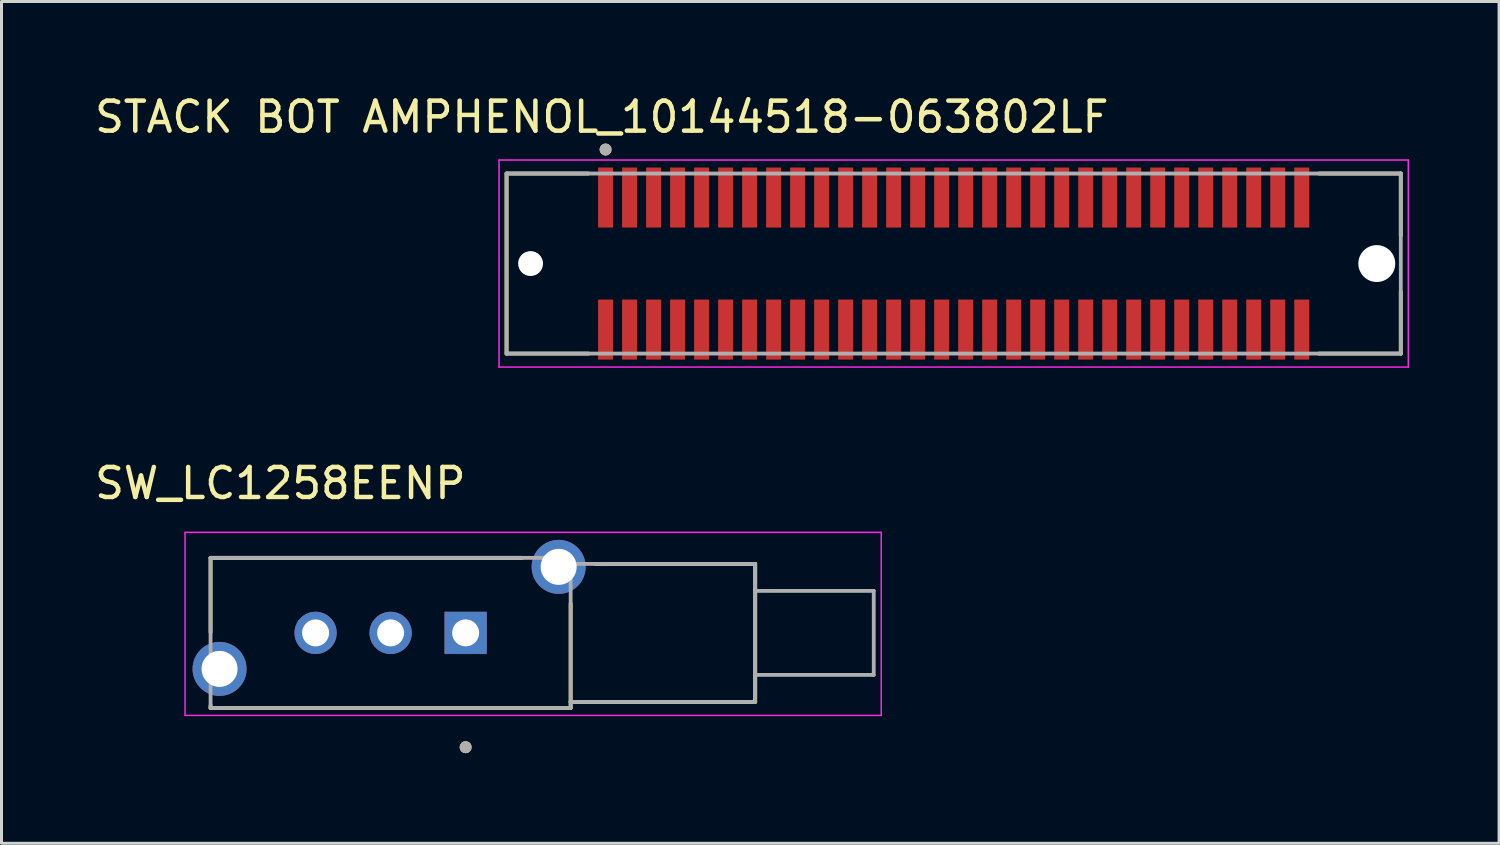
<source format=kicad_pcb>
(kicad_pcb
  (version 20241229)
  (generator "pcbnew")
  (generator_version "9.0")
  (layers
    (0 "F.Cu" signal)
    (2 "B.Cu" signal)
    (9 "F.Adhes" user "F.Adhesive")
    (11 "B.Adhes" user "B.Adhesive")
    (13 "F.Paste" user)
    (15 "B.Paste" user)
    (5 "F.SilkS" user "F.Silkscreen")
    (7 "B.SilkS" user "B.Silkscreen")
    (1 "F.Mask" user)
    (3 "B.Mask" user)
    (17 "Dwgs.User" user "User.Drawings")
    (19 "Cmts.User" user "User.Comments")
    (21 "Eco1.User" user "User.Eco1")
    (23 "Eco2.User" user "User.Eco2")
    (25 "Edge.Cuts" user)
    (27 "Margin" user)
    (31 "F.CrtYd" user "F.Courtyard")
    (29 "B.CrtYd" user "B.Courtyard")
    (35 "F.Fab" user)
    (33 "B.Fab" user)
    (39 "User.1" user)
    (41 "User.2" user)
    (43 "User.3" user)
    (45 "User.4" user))
  (footprint "SW_LC1258EENP"
    (layer "F.Cu")
    (at 9.967 18.041)
    (property "Reference" "SW_LC1258EENP" (at -3.675 -4.985 0) (layer "F.SilkS") (effects (font (size 1 1) (thickness 0.15))))
    (attr through_hole)
    (fp_line (start -6 -2.5) (end 4.38 -2.5) (stroke (width 0.127) (type solid)) (layer "F.SilkS"))
    (fp_line (start -6 -0.02) (end -6 -2.5) (stroke (width 0.127) (type solid)) (layer "F.SilkS"))
    (fp_line (start -6 2.5) (end -6 2.42) (stroke (width 0.127) (type solid)) (layer "F.SilkS"))
    (fp_line (start 6 2.3) (end 6 -0.98) (stroke (width 0.127) (type solid)) (layer "F.SilkS"))
    (fp_line (start 6 2.3) (end 6 2.5) (stroke (width 0.127) (type solid)) (layer "F.SilkS"))
    (fp_line (start 6 2.5) (end -6 2.5) (stroke (width 0.127) (type solid)) (layer "F.SilkS"))
    (fp_line (start 6.82 -2.3) (end 12.15 -2.3) (stroke (width 0.127) (type solid)) (layer "F.SilkS"))
    (fp_line (start 12.15 -2.3) (end 12.15 2.3) (stroke (width 0.127) (type solid)) (layer "F.SilkS"))
    (fp_line (start 12.15 2.3) (end 6 2.3) (stroke (width 0.127) (type solid)) (layer "F.SilkS"))
    (fp_circle (center 2.5 3.81) (end 2.6 3.81) (stroke (width 0.2) (type solid)) (fill no) (layer "F.SilkS"))
    (fp_line (start -6.85 -3.35) (end -6.85 2.75) (stroke (width 0.05) (type solid)) (layer "F.CrtYd"))
    (fp_line (start -6.85 2.75) (end 16.35 2.75) (stroke (width 0.05) (type solid)) (layer "F.CrtYd"))
    (fp_line (start 16.35 -3.35) (end -6.85 -3.35) (stroke (width 0.05) (type solid)) (layer "F.CrtYd"))
    (fp_line (start 16.35 2.75) (end 16.35 -3.35) (stroke (width 0.05) (type solid)) (layer "F.CrtYd"))
    (fp_line (start -6 -2.5) (end 6 -2.5) (stroke (width 0.127) (type solid)) (layer "F.Fab"))
    (fp_line (start -6 2.5) (end -6 -2.5) (stroke (width 0.127) (type solid)) (layer "F.Fab"))
    (fp_line (start 6 -2.5) (end 6 -2.3) (stroke (width 0.127) (type solid)) (layer "F.Fab"))
    (fp_line (start 6 -2.3) (end 6 2.3) (stroke (width 0.127) (type solid)) (layer "F.Fab"))
    (fp_line (start 6 -2.3) (end 12.15 -2.3) (stroke (width 0.127) (type solid)) (layer "F.Fab"))
    (fp_line (start 6 2.3) (end 6 2.5) (stroke (width 0.127) (type solid)) (layer "F.Fab"))
    (fp_line (start 6 2.5) (end -6 2.5) (stroke (width 0.127) (type solid)) (layer "F.Fab"))
    (fp_line (start 12.15 -2.3) (end 12.15 -1.4) (stroke (width 0.127) (type solid)) (layer "F.Fab"))
    (fp_line (start 12.15 -1.4) (end 12.15 1.4) (stroke (width 0.127) (type solid)) (layer "F.Fab"))
    (fp_line (start 12.15 -1.4) (end 16.1 -1.4) (stroke (width 0.127) (type solid)) (layer "F.Fab"))
    (fp_line (start 12.15 1.4) (end 12.15 2.3) (stroke (width 0.127) (type solid)) (layer "F.Fab"))
    (fp_line (start 12.15 2.3) (end 6 2.3) (stroke (width 0.127) (type solid)) (layer "F.Fab"))
    (fp_line (start 16.1 -1.4) (end 16.1 1.4) (stroke (width 0.127) (type solid)) (layer "F.Fab"))
    (fp_line (start 16.1 1.4) (end 12.15 1.4) (stroke (width 0.127) (type solid)) (layer "F.Fab"))
    (fp_circle (center 2.5 3.81) (end 2.6 3.81) (stroke (width 0.2) (type solid)) (fill no) (layer "F.Fab"))
    (pad "1" thru_hole rect (at 2.5 0) (size 1.408 1.408) (drill 0.9) (layers "*.Cu" "*.Mask"))
    (pad "2" thru_hole circle (at 0 0) (size 1.408 1.408) (drill 0.9) (layers "*.Cu" "*.Mask"))
    (pad "3" thru_hole circle (at -2.5 0) (size 1.408 1.408) (drill 0.9) (layers "*.Cu" "*.Mask"))
    (pad "SH1" thru_hole circle (at 5.6 -2.2) (size 1.8 1.8) (drill 1.2) (layers "*.Cu" "*.Mask"))
    (pad "SH2" thru_hole circle (at -5.7 1.2) (size 1.8 1.8) (drill 1.2) (layers "*.Cu" "*.Mask")))
  (footprint "STACK BOT AMPHENOL_10144518-063802LF"
    (layer "F.Cu")
    (at 28.731 5.733)
    (property "Reference" "STACK BOT AMPHENOL_10144518-063802LF" (at -11.725 -4.885 0) (layer "F.SilkS") (effects (font (size 1 1) (thickness 0.15))))
    (attr smd)
    (fp_line (start -14.9 -3) (end -12.17 -3) (stroke (width 0.127) (type solid)) (layer "F.SilkS"))
    (fp_line (start -14.9 3) (end -14.9 -3) (stroke (width 0.127) (type solid)) (layer "F.SilkS"))
    (fp_line (start -14.9 3) (end -12.17 3) (stroke (width 0.127) (type solid)) (layer "F.SilkS"))
    (fp_line (start 12.17 -3) (end 14.9 -3) (stroke (width 0.127) (type solid)) (layer "F.SilkS"))
    (fp_line (start 12.17 3) (end 14.9 3) (stroke (width 0.127) (type solid)) (layer "F.SilkS"))
    (fp_line (start 14.9 -3) (end 14.9 -0.935) (stroke (width 0.127) (type solid)) (layer "F.SilkS"))
    (fp_line (start 14.9 0.935) (end 14.9 3) (stroke (width 0.127) (type solid)) (layer "F.SilkS"))
    (fp_circle (center -11.6 -3.8) (end -11.5 -3.8) (stroke (width 0.2) (type solid)) (fill no) (layer "F.SilkS"))
    (fp_line (start -15.15 -3.45) (end -15.15 3.45) (stroke (width 0.05) (type solid)) (layer "F.CrtYd"))
    (fp_line (start -15.15 3.45) (end 15.15 3.45) (stroke (width 0.05) (type solid)) (layer "F.CrtYd"))
    (fp_line (start 15.15 -3.45) (end -15.15 -3.45) (stroke (width 0.05) (type solid)) (layer "F.CrtYd"))
    (fp_line (start 15.15 3.45) (end 15.15 -3.45) (stroke (width 0.05) (type solid)) (layer "F.CrtYd"))
    (fp_line (start -14.9 -3) (end 14.9 -3) (stroke (width 0.127) (type solid)) (layer "F.Fab"))
    (fp_line (start -14.9 3) (end -14.9 -3) (stroke (width 0.127) (type solid)) (layer "F.Fab"))
    (fp_line (start 14.9 -3) (end 14.9 3) (stroke (width 0.127) (type solid)) (layer "F.Fab"))
    (fp_line (start 14.9 3) (end -14.9 3) (stroke (width 0.127) (type solid)) (layer "F.Fab"))
    (fp_circle (center -11.6 -3.8) (end -11.5 -3.8) (stroke (width 0.2) (type solid)) (fill no) (layer "F.Fab"))
    (pad "" np_thru_hole circle (at -14.1 0) (size 0.83 0.83) (drill 0.83) (layers "*.Cu" "*.Mask"))
    (pad "" np_thru_hole circle (at 14.1 0) (size 1.23 1.23) (drill 1.23) (layers "*.Cu" "*.Mask"))
    (pad "1" smd rect (at -11.6 -2.2) (size 0.5 2) (layers "F.Cu" "F.Mask" "F.Paste"))
    (pad "2" smd rect (at -11.6 2.2) (size 0.5 2) (layers "F.Cu" "F.Mask" "F.Paste"))
    (pad "3" smd rect (at -10.8 -2.2) (size 0.5 2) (layers "F.Cu" "F.Mask" "F.Paste"))
    (pad "4" smd rect (at -10.8 2.2) (size 0.5 2) (layers "F.Cu" "F.Mask" "F.Paste"))
    (pad "5" smd rect (at -10 -2.2) (size 0.5 2) (layers "F.Cu" "F.Mask" "F.Paste"))
    (pad "6" smd rect (at -10 2.2) (size 0.5 2) (layers "F.Cu" "F.Mask" "F.Paste"))
    (pad "7" smd rect (at -9.2 -2.2) (size 0.5 2) (layers "F.Cu" "F.Mask" "F.Paste"))
    (pad "8" smd rect (at -9.2 2.2) (size 0.5 2) (layers "F.Cu" "F.Mask" "F.Paste"))
    (pad "9" smd rect (at -8.4 -2.2) (size 0.5 2) (layers "F.Cu" "F.Mask" "F.Paste"))
    (pad "10" smd rect (at -8.4 2.2) (size 0.5 2) (layers "F.Cu" "F.Mask" "F.Paste"))
    (pad "11" smd rect (at -7.6 -2.2) (size 0.5 2) (layers "F.Cu" "F.Mask" "F.Paste"))
    (pad "12" smd rect (at -7.6 2.2) (size 0.5 2) (layers "F.Cu" "F.Mask" "F.Paste"))
    (pad "13" smd rect (at -6.8 -2.2) (size 0.5 2) (layers "F.Cu" "F.Mask" "F.Paste"))
    (pad "14" smd rect (at -6.8 2.2) (size 0.5 2) (layers "F.Cu" "F.Mask" "F.Paste"))
    (pad "15" smd rect (at -6 -2.2) (size 0.5 2) (layers "F.Cu" "F.Mask" "F.Paste"))
    (pad "16" smd rect (at -6 2.2) (size 0.5 2) (layers "F.Cu" "F.Mask" "F.Paste"))
    (pad "17" smd rect (at -5.2 -2.2) (size 0.5 2) (layers "F.Cu" "F.Mask" "F.Paste"))
    (pad "18" smd rect (at -5.2 2.2) (size 0.5 2) (layers "F.Cu" "F.Mask" "F.Paste"))
    (pad "19" smd rect (at -4.4 -2.2) (size 0.5 2) (layers "F.Cu" "F.Mask" "F.Paste"))
    (pad "20" smd rect (at -4.4 2.2) (size 0.5 2) (layers "F.Cu" "F.Mask" "F.Paste"))
    (pad "21" smd rect (at -3.6 -2.2) (size 0.5 2) (layers "F.Cu" "F.Mask" "F.Paste"))
    (pad "22" smd rect (at -3.6 2.2) (size 0.5 2) (layers "F.Cu" "F.Mask" "F.Paste"))
    (pad "23" smd rect (at -2.8 -2.2) (size 0.5 2) (layers "F.Cu" "F.Mask" "F.Paste"))
    (pad "24" smd rect (at -2.8 2.2) (size 0.5 2) (layers "F.Cu" "F.Mask" "F.Paste"))
    (pad "25" smd rect (at -2 -2.2) (size 0.5 2) (layers "F.Cu" "F.Mask" "F.Paste"))
    (pad "26" smd rect (at -2 2.2) (size 0.5 2) (layers "F.Cu" "F.Mask" "F.Paste"))
    (pad "27" smd rect (at -1.2 -2.2) (size 0.5 2) (layers "F.Cu" "F.Mask" "F.Paste"))
    (pad "28" smd rect (at -1.2 2.2) (size 0.5 2) (layers "F.Cu" "F.Mask" "F.Paste"))
    (pad "29" smd rect (at -0.4 -2.2) (size 0.5 2) (layers "F.Cu" "F.Mask" "F.Paste"))
    (pad "30" smd rect (at -0.4 2.2) (size 0.5 2) (layers "F.Cu" "F.Mask" "F.Paste"))
    (pad "31" smd rect (at 0.4 -2.2) (size 0.5 2) (layers "F.Cu" "F.Mask" "F.Paste"))
    (pad "32" smd rect (at 0.4 2.2) (size 0.5 2) (layers "F.Cu" "F.Mask" "F.Paste"))
    (pad "33" smd rect (at 1.2 -2.2) (size 0.5 2) (layers "F.Cu" "F.Mask" "F.Paste"))
    (pad "34" smd rect (at 1.2 2.2) (size 0.5 2) (layers "F.Cu" "F.Mask" "F.Paste"))
    (pad "35" smd rect (at 2 -2.2) (size 0.5 2) (layers "F.Cu" "F.Mask" "F.Paste"))
    (pad "36" smd rect (at 2 2.2) (size 0.5 2) (layers "F.Cu" "F.Mask" "F.Paste"))
    (pad "37" smd rect (at 2.8 -2.2) (size 0.5 2) (layers "F.Cu" "F.Mask" "F.Paste"))
    (pad "38" smd rect (at 2.8 2.2) (size 0.5 2) (layers "F.Cu" "F.Mask" "F.Paste"))
    (pad "39" smd rect (at 3.6 -2.2) (size 0.5 2) (layers "F.Cu" "F.Mask" "F.Paste"))
    (pad "40" smd rect (at 3.6 2.2) (size 0.5 2) (layers "F.Cu" "F.Mask" "F.Paste"))
    (pad "41" smd rect (at 4.4 -2.2) (size 0.5 2) (layers "F.Cu" "F.Mask" "F.Paste"))
    (pad "42" smd rect (at 4.4 2.2) (size 0.5 2) (layers "F.Cu" "F.Mask" "F.Paste"))
    (pad "43" smd rect (at 5.2 -2.2) (size 0.5 2) (layers "F.Cu" "F.Mask" "F.Paste"))
    (pad "44" smd rect (at 5.2 2.2) (size 0.5 2) (layers "F.Cu" "F.Mask" "F.Paste"))
    (pad "45" smd rect (at 6 -2.2) (size 0.5 2) (layers "F.Cu" "F.Mask" "F.Paste"))
    (pad "46" smd rect (at 6 2.2) (size 0.5 2) (layers "F.Cu" "F.Mask" "F.Paste"))
    (pad "47" smd rect (at 6.8 -2.2) (size 0.5 2) (layers "F.Cu" "F.Mask" "F.Paste"))
    (pad "48" smd rect (at 6.8 2.2) (size 0.5 2) (layers "F.Cu" "F.Mask" "F.Paste"))
    (pad "49" smd rect (at 7.6 -2.2) (size 0.5 2) (layers "F.Cu" "F.Mask" "F.Paste"))
    (pad "50" smd rect (at 7.6 2.2) (size 0.5 2) (layers "F.Cu" "F.Mask" "F.Paste"))
    (pad "51" smd rect (at 8.4 -2.2) (size 0.5 2) (layers "F.Cu" "F.Mask" "F.Paste"))
    (pad "52" smd rect (at 8.4 2.2) (size 0.5 2) (layers "F.Cu" "F.Mask" "F.Paste"))
    (pad "53" smd rect (at 9.2 -2.2) (size 0.5 2) (layers "F.Cu" "F.Mask" "F.Paste"))
    (pad "54" smd rect (at 9.2 2.2) (size 0.5 2) (layers "F.Cu" "F.Mask" "F.Paste"))
    (pad "55" smd rect (at 10 -2.2) (size 0.5 2) (layers "F.Cu" "F.Mask" "F.Paste"))
    (pad "56" smd rect (at 10 2.2) (size 0.5 2) (layers "F.Cu" "F.Mask" "F.Paste"))
    (pad "57" smd rect (at 10.8 -2.2) (size 0.5 2) (layers "F.Cu" "F.Mask" "F.Paste"))
    (pad "58" smd rect (at 10.8 2.2) (size 0.5 2) (layers "F.Cu" "F.Mask" "F.Paste"))
    (pad "59" smd rect (at 11.6 -2.2) (size 0.5 2) (layers "F.Cu" "F.Mask" "F.Paste"))
    (pad "60" smd rect (at 11.6 2.2) (size 0.5 2) (layers "F.Cu" "F.Mask" "F.Paste")))
  (gr_rect
    (start -3 -3)
    (end 46.906 25.052)
    (stroke (width 0.1) (type default))
    (fill no)
    (layer "Edge.Cuts")))
</source>
